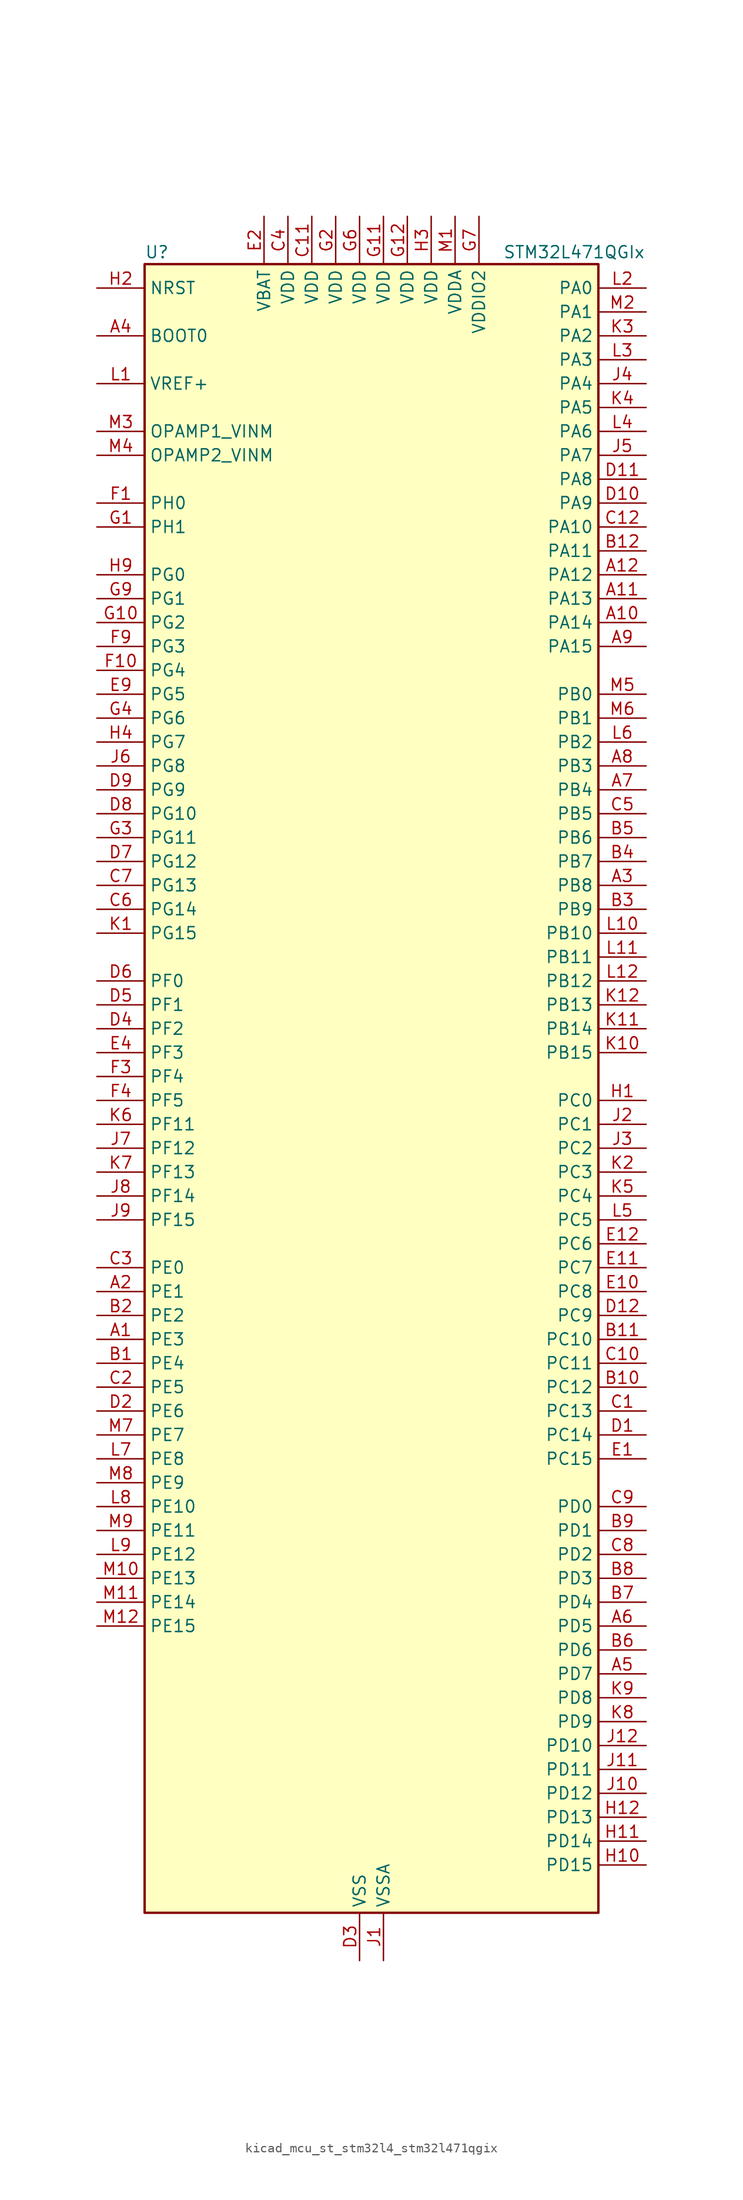
<source format=kicad_sym>
(kicad_symbol_lib
  (version 20220914)
  (generator kicad_symbol_editor)
  (symbol "kicad_mcu_st_stm32l4_stm32l471qgix"
    (property "Reference" "U"
      (at -22.86 90.17 0)
      (effects (font (size 1.27 1.27)) (justify left)))
    (property "Value" "STM32L471QGIx"
      (at 15.24 90.17 0)
      (effects (font (size 1.27 1.27)) (justify left)))
    (property "ki_locked" ""
      (at 0 0 0)
      (effects (font (size 1.27 1.27))))
    (symbol "kicad_mcu_st_stm32l4_stm32l471qgix_0_1"
      (rectangle (start -22.86 -86.36) (end 25.4 88.9) (stroke (width 0.254) (type default)) (fill (type background))))
    (symbol "kicad_mcu_st_stm32l4_stm32l471qgix_1_1"
      (pin bidirectional line (at -27.94 -25.4 0) (length 5.08) (name "PE3" (effects (font (size 1.27 1.27)))) (number "A1" (effects (font (size 1.27 1.27)))) (alternate "FMC_A19" bidirectional line) (alternate "SAI1_SD_B" bidirectional line) (alternate "SYS_TRACED0" bidirectional line) (alternate "TIM3_CH1" bidirectional line) (alternate "TSC_G7_IO2" bidirectional line))
      (pin bidirectional line (at 30.48 50.8 180) (length 5.08) (name "PA14" (effects (font (size 1.27 1.27)))) (number "A10" (effects (font (size 1.27 1.27)))) (alternate "SYS_JTCK-SWCLK" bidirectional line))
      (pin bidirectional line (at 30.48 53.34 180) (length 5.08) (name "PA13" (effects (font (size 1.27 1.27)))) (number "A11" (effects (font (size 1.27 1.27)))) (alternate "IR_OUT" bidirectional line) (alternate "SYS_JTMS-SWDIO" bidirectional line))
      (pin bidirectional line (at 30.48 55.88 180) (length 5.08) (name "PA12" (effects (font (size 1.27 1.27)))) (number "A12" (effects (font (size 1.27 1.27)))) (alternate "CAN1_TX" bidirectional line) (alternate "TIM1_ETR" bidirectional line) (alternate "USART1_DE" bidirectional line) (alternate "USART1_RTS" bidirectional line))
      (pin bidirectional line (at -27.94 -20.32 0) (length 5.08) (name "PE1" (effects (font (size 1.27 1.27)))) (number "A2" (effects (font (size 1.27 1.27)))) (alternate "FMC_NBL1" bidirectional line) (alternate "TIM17_CH1" bidirectional line))
      (pin bidirectional line (at 30.48 22.86 180) (length 5.08) (name "PB8" (effects (font (size 1.27 1.27)))) (number "A3" (effects (font (size 1.27 1.27)))) (alternate "CAN1_RX" bidirectional line) (alternate "DFSDM1_DATIN6" bidirectional line) (alternate "I2C1_SCL" bidirectional line) (alternate "SAI1_MCLK_A" bidirectional line) (alternate "SDMMC1_D4" bidirectional line) (alternate "TIM16_CH1" bidirectional line) (alternate "TIM4_CH3" bidirectional line))
      (pin input line (at -27.94 81.28 0) (length 5.08) (name "BOOT0" (effects (font (size 1.27 1.27)))) (number "A4" (effects (font (size 1.27 1.27)))))
      (pin bidirectional line (at 30.48 -60.96 180) (length 5.08) (name "PD7" (effects (font (size 1.27 1.27)))) (number "A5" (effects (font (size 1.27 1.27)))) (alternate "DFSDM1_CKIN1" bidirectional line) (alternate "FMC_NE1" bidirectional line) (alternate "USART2_CK" bidirectional line))
      (pin bidirectional line (at 30.48 -55.88 180) (length 5.08) (name "PD5" (effects (font (size 1.27 1.27)))) (number "A6" (effects (font (size 1.27 1.27)))) (alternate "FMC_NWE" bidirectional line) (alternate "USART2_TX" bidirectional line))
      (pin bidirectional line (at 30.48 33.02 180) (length 5.08) (name "PB4" (effects (font (size 1.27 1.27)))) (number "A7" (effects (font (size 1.27 1.27)))) (alternate "COMP2_INP" bidirectional line) (alternate "SAI1_MCLK_B" bidirectional line) (alternate "SPI1_MISO" bidirectional line) (alternate "SPI3_MISO" bidirectional line) (alternate "SYS_JTRST" bidirectional line) (alternate "TIM17_BKIN" bidirectional line) (alternate "TIM3_CH1" bidirectional line) (alternate "TSC_G2_IO1" bidirectional line) (alternate "UART5_DE" bidirectional line) (alternate "UART5_RTS" bidirectional line) (alternate "USART1_CTS" bidirectional line))
      (pin bidirectional line (at 30.48 35.56 180) (length 5.08) (name "PB3" (effects (font (size 1.27 1.27)))) (number "A8" (effects (font (size 1.27 1.27)))) (alternate "COMP2_INM" bidirectional line) (alternate "SAI1_SCK_B" bidirectional line) (alternate "SPI1_SCK" bidirectional line) (alternate "SPI3_SCK" bidirectional line) (alternate "SYS_JTDO-SWO" bidirectional line) (alternate "TIM2_CH2" bidirectional line) (alternate "USART1_DE" bidirectional line) (alternate "USART1_RTS" bidirectional line))
      (pin bidirectional line (at 30.48 48.26 180) (length 5.08) (name "PA15" (effects (font (size 1.27 1.27)))) (number "A9" (effects (font (size 1.27 1.27)))) (alternate "ADC1_EXTI15" bidirectional line) (alternate "ADC2_EXTI15" bidirectional line) (alternate "ADC3_EXTI15" bidirectional line) (alternate "SAI2_FS_B" bidirectional line) (alternate "SPI1_NSS" bidirectional line) (alternate "SPI3_NSS" bidirectional line) (alternate "SYS_JTDI" bidirectional line) (alternate "TIM2_CH1" bidirectional line) (alternate "TIM2_ETR" bidirectional line) (alternate "TSC_G3_IO1" bidirectional line) (alternate "UART4_DE" bidirectional line) (alternate "UART4_RTS" bidirectional line))
      (pin bidirectional line (at -27.94 -27.94 0) (length 5.08) (name "PE4" (effects (font (size 1.27 1.27)))) (number "B1" (effects (font (size 1.27 1.27)))) (alternate "DFSDM1_DATIN3" bidirectional line) (alternate "FMC_A20" bidirectional line) (alternate "SAI1_FS_A" bidirectional line) (alternate "SYS_TRACED1" bidirectional line) (alternate "TIM3_CH2" bidirectional line) (alternate "TSC_G7_IO3" bidirectional line))
      (pin bidirectional line (at 30.48 -30.48 180) (length 5.08) (name "PC12" (effects (font (size 1.27 1.27)))) (number "B10" (effects (font (size 1.27 1.27)))) (alternate "SAI2_SD_B" bidirectional line) (alternate "SDMMC1_CK" bidirectional line) (alternate "SPI3_MOSI" bidirectional line) (alternate "TSC_G3_IO4" bidirectional line) (alternate "UART5_TX" bidirectional line) (alternate "USART3_CK" bidirectional line))
      (pin bidirectional line (at 30.48 -25.4 180) (length 5.08) (name "PC10" (effects (font (size 1.27 1.27)))) (number "B11" (effects (font (size 1.27 1.27)))) (alternate "SAI2_SCK_B" bidirectional line) (alternate "SDMMC1_D2" bidirectional line) (alternate "SPI3_SCK" bidirectional line) (alternate "TSC_G3_IO2" bidirectional line) (alternate "UART4_TX" bidirectional line) (alternate "USART3_TX" bidirectional line))
      (pin bidirectional line (at 30.48 58.42 180) (length 5.08) (name "PA11" (effects (font (size 1.27 1.27)))) (number "B12" (effects (font (size 1.27 1.27)))) (alternate "ADC1_EXTI11" bidirectional line) (alternate "ADC2_EXTI11" bidirectional line) (alternate "ADC3_EXTI11" bidirectional line) (alternate "CAN1_RX" bidirectional line) (alternate "TIM1_BKIN2" bidirectional line) (alternate "TIM1_BKIN2_COMP1" bidirectional line) (alternate "TIM1_CH4" bidirectional line) (alternate "USART1_CTS" bidirectional line))
      (pin bidirectional line (at -27.94 -22.86 0) (length 5.08) (name "PE2" (effects (font (size 1.27 1.27)))) (number "B2" (effects (font (size 1.27 1.27)))) (alternate "FMC_A23" bidirectional line) (alternate "SAI1_MCLK_A" bidirectional line) (alternate "SYS_TRACECLK" bidirectional line) (alternate "TIM3_ETR" bidirectional line) (alternate "TSC_G7_IO1" bidirectional line))
      (pin bidirectional line (at 30.48 20.32 180) (length 5.08) (name "PB9" (effects (font (size 1.27 1.27)))) (number "B3" (effects (font (size 1.27 1.27)))) (alternate "CAN1_TX" bidirectional line) (alternate "DAC1_EXTI9" bidirectional line) (alternate "DFSDM1_CKIN6" bidirectional line) (alternate "I2C1_SDA" bidirectional line) (alternate "IR_OUT" bidirectional line) (alternate "SAI1_FS_A" bidirectional line) (alternate "SDMMC1_D5" bidirectional line) (alternate "SPI2_NSS" bidirectional line) (alternate "TIM17_CH1" bidirectional line) (alternate "TIM4_CH4" bidirectional line))
      (pin bidirectional line (at 30.48 25.4 180) (length 5.08) (name "PB7" (effects (font (size 1.27 1.27)))) (number "B4" (effects (font (size 1.27 1.27)))) (alternate "COMP2_INM" bidirectional line) (alternate "DFSDM1_CKIN5" bidirectional line) (alternate "FMC_NL" bidirectional line) (alternate "I2C1_SDA" bidirectional line) (alternate "LPTIM1_IN2" bidirectional line) (alternate "SYS_PVD_IN" bidirectional line) (alternate "TIM17_CH1N" bidirectional line) (alternate "TIM4_CH2" bidirectional line) (alternate "TIM8_BKIN" bidirectional line) (alternate "TIM8_BKIN_COMP1" bidirectional line) (alternate "TSC_G2_IO4" bidirectional line) (alternate "UART4_CTS" bidirectional line) (alternate "USART1_RX" bidirectional line))
      (pin bidirectional line (at 30.48 27.94 180) (length 5.08) (name "PB6" (effects (font (size 1.27 1.27)))) (number "B5" (effects (font (size 1.27 1.27)))) (alternate "COMP2_INP" bidirectional line) (alternate "DFSDM1_DATIN5" bidirectional line) (alternate "I2C1_SCL" bidirectional line) (alternate "LPTIM1_ETR" bidirectional line) (alternate "SAI1_FS_B" bidirectional line) (alternate "TIM16_CH1N" bidirectional line) (alternate "TIM4_CH1" bidirectional line) (alternate "TIM8_BKIN2" bidirectional line) (alternate "TIM8_BKIN2_COMP2" bidirectional line) (alternate "TSC_G2_IO3" bidirectional line) (alternate "USART1_TX" bidirectional line))
      (pin bidirectional line (at 30.48 -58.42 180) (length 5.08) (name "PD6" (effects (font (size 1.27 1.27)))) (number "B6" (effects (font (size 1.27 1.27)))) (alternate "DFSDM1_DATIN1" bidirectional line) (alternate "FMC_NWAIT" bidirectional line) (alternate "SAI1_SD_A" bidirectional line) (alternate "USART2_RX" bidirectional line))
      (pin bidirectional line (at 30.48 -53.34 180) (length 5.08) (name "PD4" (effects (font (size 1.27 1.27)))) (number "B7" (effects (font (size 1.27 1.27)))) (alternate "DFSDM1_CKIN0" bidirectional line) (alternate "FMC_NOE" bidirectional line) (alternate "SPI2_MOSI" bidirectional line) (alternate "USART2_DE" bidirectional line) (alternate "USART2_RTS" bidirectional line))
      (pin bidirectional line (at 30.48 -50.8 180) (length 5.08) (name "PD3" (effects (font (size 1.27 1.27)))) (number "B8" (effects (font (size 1.27 1.27)))) (alternate "DFSDM1_DATIN0" bidirectional line) (alternate "FMC_CLK" bidirectional line) (alternate "SPI2_MISO" bidirectional line) (alternate "USART2_CTS" bidirectional line))
      (pin bidirectional line (at 30.48 -45.72 180) (length 5.08) (name "PD1" (effects (font (size 1.27 1.27)))) (number "B9" (effects (font (size 1.27 1.27)))) (alternate "CAN1_TX" bidirectional line) (alternate "DFSDM1_CKIN7" bidirectional line) (alternate "FMC_D3" bidirectional line) (alternate "FMC_DA3" bidirectional line) (alternate "SPI2_SCK" bidirectional line))
      (pin bidirectional line (at 30.48 -33.02 180) (length 5.08) (name "PC13" (effects (font (size 1.27 1.27)))) (number "C1" (effects (font (size 1.27 1.27)))) (alternate "RTC_OUT_ALARM" bidirectional line) (alternate "RTC_OUT_CALIB" bidirectional line) (alternate "RTC_TAMP1" bidirectional line) (alternate "RTC_TS" bidirectional line) (alternate "SYS_WKUP2" bidirectional line))
      (pin bidirectional line (at 30.48 -27.94 180) (length 5.08) (name "PC11" (effects (font (size 1.27 1.27)))) (number "C10" (effects (font (size 1.27 1.27)))) (alternate "ADC1_EXTI11" bidirectional line) (alternate "ADC2_EXTI11" bidirectional line) (alternate "ADC3_EXTI11" bidirectional line) (alternate "SAI2_MCLK_B" bidirectional line) (alternate "SDMMC1_D3" bidirectional line) (alternate "SPI3_MISO" bidirectional line) (alternate "TSC_G3_IO3" bidirectional line) (alternate "UART4_RX" bidirectional line) (alternate "USART3_RX" bidirectional line))
      (pin power_in line (at -5.08 93.98 270) (length 5.08) (name "VDD" (effects (font (size 1.27 1.27)))) (number "C11" (effects (font (size 1.27 1.27)))))
      (pin bidirectional line (at 30.48 60.96 180) (length 5.08) (name "PA10" (effects (font (size 1.27 1.27)))) (number "C12" (effects (font (size 1.27 1.27)))) (alternate "TIM17_BKIN" bidirectional line) (alternate "TIM1_CH3" bidirectional line) (alternate "USART1_RX" bidirectional line))
      (pin bidirectional line (at -27.94 -30.48 0) (length 5.08) (name "PE5" (effects (font (size 1.27 1.27)))) (number "C2" (effects (font (size 1.27 1.27)))) (alternate "DFSDM1_CKIN3" bidirectional line) (alternate "FMC_A21" bidirectional line) (alternate "SAI1_SCK_A" bidirectional line) (alternate "SYS_TRACED2" bidirectional line) (alternate "TIM3_CH3" bidirectional line) (alternate "TSC_G7_IO4" bidirectional line))
      (pin bidirectional line (at -27.94 -17.78 0) (length 5.08) (name "PE0" (effects (font (size 1.27 1.27)))) (number "C3" (effects (font (size 1.27 1.27)))) (alternate "FMC_NBL0" bidirectional line) (alternate "TIM16_CH1" bidirectional line) (alternate "TIM4_ETR" bidirectional line))
      (pin power_in line (at -7.62 93.98 270) (length 5.08) (name "VDD" (effects (font (size 1.27 1.27)))) (number "C4" (effects (font (size 1.27 1.27)))))
      (pin bidirectional line (at 30.48 30.48 180) (length 5.08) (name "PB5" (effects (font (size 1.27 1.27)))) (number "C5" (effects (font (size 1.27 1.27)))) (alternate "COMP2_OUT" bidirectional line) (alternate "I2C1_SMBA" bidirectional line) (alternate "LPTIM1_IN1" bidirectional line) (alternate "SAI1_SD_B" bidirectional line) (alternate "SPI1_MOSI" bidirectional line) (alternate "SPI3_MOSI" bidirectional line) (alternate "TIM16_BKIN" bidirectional line) (alternate "TIM3_CH2" bidirectional line) (alternate "TSC_G2_IO2" bidirectional line) (alternate "UART5_CTS" bidirectional line) (alternate "USART1_CK" bidirectional line))
      (pin bidirectional line (at -27.94 20.32 0) (length 5.08) (name "PG14" (effects (font (size 1.27 1.27)))) (number "C6" (effects (font (size 1.27 1.27)))) (alternate "FMC_A25" bidirectional line) (alternate "I2C1_SCL" bidirectional line))
      (pin bidirectional line (at -27.94 22.86 0) (length 5.08) (name "PG13" (effects (font (size 1.27 1.27)))) (number "C7" (effects (font (size 1.27 1.27)))) (alternate "FMC_A24" bidirectional line) (alternate "I2C1_SDA" bidirectional line) (alternate "USART1_CK" bidirectional line))
      (pin bidirectional line (at 30.48 -48.26 180) (length 5.08) (name "PD2" (effects (font (size 1.27 1.27)))) (number "C8" (effects (font (size 1.27 1.27)))) (alternate "SDMMC1_CMD" bidirectional line) (alternate "TIM3_ETR" bidirectional line) (alternate "TSC_SYNC" bidirectional line) (alternate "UART5_RX" bidirectional line) (alternate "USART3_DE" bidirectional line) (alternate "USART3_RTS" bidirectional line))
      (pin bidirectional line (at 30.48 -43.18 180) (length 5.08) (name "PD0" (effects (font (size 1.27 1.27)))) (number "C9" (effects (font (size 1.27 1.27)))) (alternate "CAN1_RX" bidirectional line) (alternate "DFSDM1_DATIN7" bidirectional line) (alternate "FMC_D2" bidirectional line) (alternate "FMC_DA2" bidirectional line) (alternate "SPI2_NSS" bidirectional line))
      (pin bidirectional line (at 30.48 -35.56 180) (length 5.08) (name "PC14" (effects (font (size 1.27 1.27)))) (number "D1" (effects (font (size 1.27 1.27)))) (alternate "RCC_OSC32_IN" bidirectional line))
      (pin bidirectional line (at 30.48 63.5 180) (length 5.08) (name "PA9" (effects (font (size 1.27 1.27)))) (number "D10" (effects (font (size 1.27 1.27)))) (alternate "DAC1_EXTI9" bidirectional line) (alternate "TIM15_BKIN" bidirectional line) (alternate "TIM1_CH2" bidirectional line) (alternate "USART1_TX" bidirectional line))
      (pin bidirectional line (at 30.48 66.04 180) (length 5.08) (name "PA8" (effects (font (size 1.27 1.27)))) (number "D11" (effects (font (size 1.27 1.27)))) (alternate "LPTIM2_OUT" bidirectional line) (alternate "RCC_MCO" bidirectional line) (alternate "TIM1_CH1" bidirectional line) (alternate "USART1_CK" bidirectional line))
      (pin bidirectional line (at 30.48 -22.86 180) (length 5.08) (name "PC9" (effects (font (size 1.27 1.27)))) (number "D12" (effects (font (size 1.27 1.27)))) (alternate "DAC1_EXTI9" bidirectional line) (alternate "SAI2_EXTCLK" bidirectional line) (alternate "SDMMC1_D1" bidirectional line) (alternate "TIM3_CH4" bidirectional line) (alternate "TIM8_BKIN2" bidirectional line) (alternate "TIM8_BKIN2_COMP1" bidirectional line) (alternate "TIM8_CH4" bidirectional line) (alternate "TSC_G4_IO4" bidirectional line))
      (pin bidirectional line (at -27.94 -33.02 0) (length 5.08) (name "PE6" (effects (font (size 1.27 1.27)))) (number "D2" (effects (font (size 1.27 1.27)))) (alternate "FMC_A22" bidirectional line) (alternate "RTC_TAMP3" bidirectional line) (alternate "SAI1_SD_A" bidirectional line) (alternate "SYS_TRACED3" bidirectional line) (alternate "SYS_WKUP3" bidirectional line) (alternate "TIM3_CH4" bidirectional line))
      (pin power_in line (at 0 -91.44 90) (length 5.08) (name "VSS" (effects (font (size 1.27 1.27)))) (number "D3" (effects (font (size 1.27 1.27)))))
      (pin bidirectional line (at -27.94 7.62 0) (length 5.08) (name "PF2" (effects (font (size 1.27 1.27)))) (number "D4" (effects (font (size 1.27 1.27)))) (alternate "FMC_A2" bidirectional line) (alternate "I2C2_SMBA" bidirectional line))
      (pin bidirectional line (at -27.94 10.16 0) (length 5.08) (name "PF1" (effects (font (size 1.27 1.27)))) (number "D5" (effects (font (size 1.27 1.27)))) (alternate "FMC_A1" bidirectional line) (alternate "I2C2_SCL" bidirectional line))
      (pin bidirectional line (at -27.94 12.7 0) (length 5.08) (name "PF0" (effects (font (size 1.27 1.27)))) (number "D6" (effects (font (size 1.27 1.27)))) (alternate "FMC_A0" bidirectional line) (alternate "I2C2_SDA" bidirectional line))
      (pin bidirectional line (at -27.94 25.4 0) (length 5.08) (name "PG12" (effects (font (size 1.27 1.27)))) (number "D7" (effects (font (size 1.27 1.27)))) (alternate "FMC_NE4" bidirectional line) (alternate "LPTIM1_ETR" bidirectional line) (alternate "SAI2_SD_A" bidirectional line) (alternate "SPI3_NSS" bidirectional line) (alternate "USART1_DE" bidirectional line) (alternate "USART1_RTS" bidirectional line))
      (pin bidirectional line (at -27.94 30.48 0) (length 5.08) (name "PG10" (effects (font (size 1.27 1.27)))) (number "D8" (effects (font (size 1.27 1.27)))) (alternate "FMC_NE3" bidirectional line) (alternate "LPTIM1_IN1" bidirectional line) (alternate "SAI2_FS_A" bidirectional line) (alternate "SPI3_MISO" bidirectional line) (alternate "TIM15_CH1" bidirectional line) (alternate "USART1_RX" bidirectional line))
      (pin bidirectional line (at -27.94 33.02 0) (length 5.08) (name "PG9" (effects (font (size 1.27 1.27)))) (number "D9" (effects (font (size 1.27 1.27)))) (alternate "DAC1_EXTI9" bidirectional line) (alternate "FMC_NCE3" bidirectional line) (alternate "FMC_NE2" bidirectional line) (alternate "SAI2_SCK_A" bidirectional line) (alternate "SPI3_SCK" bidirectional line) (alternate "TIM15_CH1N" bidirectional line) (alternate "USART1_TX" bidirectional line))
      (pin bidirectional line (at 30.48 -38.1 180) (length 5.08) (name "PC15" (effects (font (size 1.27 1.27)))) (number "E1" (effects (font (size 1.27 1.27)))) (alternate "ADC1_EXTI15" bidirectional line) (alternate "ADC2_EXTI15" bidirectional line) (alternate "ADC3_EXTI15" bidirectional line) (alternate "RCC_OSC32_OUT" bidirectional line))
      (pin bidirectional line (at 30.48 -20.32 180) (length 5.08) (name "PC8" (effects (font (size 1.27 1.27)))) (number "E10" (effects (font (size 1.27 1.27)))) (alternate "SDMMC1_D0" bidirectional line) (alternate "TIM3_CH3" bidirectional line) (alternate "TIM8_CH3" bidirectional line) (alternate "TSC_G4_IO3" bidirectional line))
      (pin bidirectional line (at 30.48 -17.78 180) (length 5.08) (name "PC7" (effects (font (size 1.27 1.27)))) (number "E11" (effects (font (size 1.27 1.27)))) (alternate "DFSDM1_DATIN3" bidirectional line) (alternate "SAI2_MCLK_B" bidirectional line) (alternate "SDMMC1_D7" bidirectional line) (alternate "TIM3_CH2" bidirectional line) (alternate "TIM8_CH2" bidirectional line) (alternate "TSC_G4_IO2" bidirectional line))
      (pin bidirectional line (at 30.48 -15.24 180) (length 5.08) (name "PC6" (effects (font (size 1.27 1.27)))) (number "E12" (effects (font (size 1.27 1.27)))) (alternate "DFSDM1_CKIN3" bidirectional line) (alternate "SAI2_MCLK_A" bidirectional line) (alternate "SDMMC1_D6" bidirectional line) (alternate "TIM3_CH1" bidirectional line) (alternate "TIM8_CH1" bidirectional line) (alternate "TSC_G4_IO1" bidirectional line))
      (pin power_in line (at -10.16 93.98 270) (length 5.08) (name "VBAT" (effects (font (size 1.27 1.27)))) (number "E2" (effects (font (size 1.27 1.27)))))
      (pin passive line (at 0 -91.44 90) (length 5.08) hide (name "VSS" (effects (font (size 1.27 1.27)))) (number "E3" (effects (font (size 1.27 1.27)))))
      (pin bidirectional line (at -27.94 5.08 0) (length 5.08) (name "PF3" (effects (font (size 1.27 1.27)))) (number "E4" (effects (font (size 1.27 1.27)))) (alternate "ADC3_IN6" bidirectional line) (alternate "FMC_A3" bidirectional line))
      (pin bidirectional line (at -27.94 43.18 0) (length 5.08) (name "PG5" (effects (font (size 1.27 1.27)))) (number "E9" (effects (font (size 1.27 1.27)))) (alternate "FMC_A15" bidirectional line) (alternate "LPUART1_CTS" bidirectional line) (alternate "SAI2_SD_B" bidirectional line) (alternate "SPI1_NSS" bidirectional line))
      (pin bidirectional line (at -27.94 63.5 0) (length 5.08) (name "PH0" (effects (font (size 1.27 1.27)))) (number "F1" (effects (font (size 1.27 1.27)))) (alternate "RCC_OSC_IN" bidirectional line))
      (pin bidirectional line (at -27.94 45.72 0) (length 5.08) (name "PG4" (effects (font (size 1.27 1.27)))) (number "F10" (effects (font (size 1.27 1.27)))) (alternate "FMC_A14" bidirectional line) (alternate "SAI2_MCLK_B" bidirectional line) (alternate "SPI1_MOSI" bidirectional line))
      (pin passive line (at 0 -91.44 90) (length 5.08) hide (name "VSS" (effects (font (size 1.27 1.27)))) (number "F11" (effects (font (size 1.27 1.27)))))
      (pin passive line (at 0 -91.44 90) (length 5.08) hide (name "VSS" (effects (font (size 1.27 1.27)))) (number "F12" (effects (font (size 1.27 1.27)))))
      (pin passive line (at 0 -91.44 90) (length 5.08) hide (name "VSS" (effects (font (size 1.27 1.27)))) (number "F2" (effects (font (size 1.27 1.27)))))
      (pin bidirectional line (at -27.94 2.54 0) (length 5.08) (name "PF4" (effects (font (size 1.27 1.27)))) (number "F3" (effects (font (size 1.27 1.27)))) (alternate "ADC3_IN7" bidirectional line) (alternate "FMC_A4" bidirectional line))
      (pin bidirectional line (at -27.94 0 0) (length 5.08) (name "PF5" (effects (font (size 1.27 1.27)))) (number "F4" (effects (font (size 1.27 1.27)))) (alternate "ADC3_IN8" bidirectional line) (alternate "FMC_A5" bidirectional line))
      (pin passive line (at 0 -91.44 90) (length 5.08) hide (name "VSS" (effects (font (size 1.27 1.27)))) (number "F6" (effects (font (size 1.27 1.27)))))
      (pin passive line (at 0 -91.44 90) (length 5.08) hide (name "VSS" (effects (font (size 1.27 1.27)))) (number "F7" (effects (font (size 1.27 1.27)))))
      (pin bidirectional line (at -27.94 48.26 0) (length 5.08) (name "PG3" (effects (font (size 1.27 1.27)))) (number "F9" (effects (font (size 1.27 1.27)))) (alternate "FMC_A13" bidirectional line) (alternate "SAI2_FS_B" bidirectional line) (alternate "SPI1_MISO" bidirectional line))
      (pin bidirectional line (at -27.94 60.96 0) (length 5.08) (name "PH1" (effects (font (size 1.27 1.27)))) (number "G1" (effects (font (size 1.27 1.27)))) (alternate "RCC_OSC_OUT" bidirectional line))
      (pin bidirectional line (at -27.94 50.8 0) (length 5.08) (name "PG2" (effects (font (size 1.27 1.27)))) (number "G10" (effects (font (size 1.27 1.27)))) (alternate "FMC_A12" bidirectional line) (alternate "SAI2_SCK_B" bidirectional line) (alternate "SPI1_SCK" bidirectional line))
      (pin power_in line (at 2.54 93.98 270) (length 5.08) (name "VDD" (effects (font (size 1.27 1.27)))) (number "G11" (effects (font (size 1.27 1.27)))))
      (pin power_in line (at 5.08 93.98 270) (length 5.08) (name "VDD" (effects (font (size 1.27 1.27)))) (number "G12" (effects (font (size 1.27 1.27)))))
      (pin power_in line (at -2.54 93.98 270) (length 5.08) (name "VDD" (effects (font (size 1.27 1.27)))) (number "G2" (effects (font (size 1.27 1.27)))))
      (pin bidirectional line (at -27.94 27.94 0) (length 5.08) (name "PG11" (effects (font (size 1.27 1.27)))) (number "G3" (effects (font (size 1.27 1.27)))) (alternate "ADC1_EXTI11" bidirectional line) (alternate "ADC2_EXTI11" bidirectional line) (alternate "ADC3_EXTI11" bidirectional line) (alternate "LPTIM1_IN2" bidirectional line) (alternate "SAI2_MCLK_A" bidirectional line) (alternate "SPI3_MOSI" bidirectional line) (alternate "TIM15_CH2" bidirectional line) (alternate "USART1_CTS" bidirectional line))
      (pin bidirectional line (at -27.94 40.64 0) (length 5.08) (name "PG6" (effects (font (size 1.27 1.27)))) (number "G4" (effects (font (size 1.27 1.27)))) (alternate "I2C3_SMBA" bidirectional line) (alternate "LPUART1_DE" bidirectional line) (alternate "LPUART1_RTS" bidirectional line))
      (pin power_in line (at 0 93.98 270) (length 5.08) (name "VDD" (effects (font (size 1.27 1.27)))) (number "G6" (effects (font (size 1.27 1.27)))))
      (pin power_in line (at 12.7 93.98 270) (length 5.08) (name "VDDIO2" (effects (font (size 1.27 1.27)))) (number "G7" (effects (font (size 1.27 1.27)))))
      (pin bidirectional line (at -27.94 53.34 0) (length 5.08) (name "PG1" (effects (font (size 1.27 1.27)))) (number "G9" (effects (font (size 1.27 1.27)))) (alternate "FMC_A11" bidirectional line) (alternate "TSC_G8_IO4" bidirectional line))
      (pin bidirectional line (at 30.48 0 180) (length 5.08) (name "PC0" (effects (font (size 1.27 1.27)))) (number "H1" (effects (font (size 1.27 1.27)))) (alternate "ADC1_IN1" bidirectional line) (alternate "ADC2_IN1" bidirectional line) (alternate "ADC3_IN1" bidirectional line) (alternate "DFSDM1_DATIN4" bidirectional line) (alternate "I2C3_SCL" bidirectional line) (alternate "LPTIM1_IN1" bidirectional line) (alternate "LPTIM2_IN1" bidirectional line) (alternate "LPUART1_RX" bidirectional line))
      (pin bidirectional line (at 30.48 -81.28 180) (length 5.08) (name "PD15" (effects (font (size 1.27 1.27)))) (number "H10" (effects (font (size 1.27 1.27)))) (alternate "ADC1_EXTI15" bidirectional line) (alternate "ADC2_EXTI15" bidirectional line) (alternate "ADC3_EXTI15" bidirectional line) (alternate "FMC_D1" bidirectional line) (alternate "FMC_DA1" bidirectional line) (alternate "TIM4_CH4" bidirectional line))
      (pin bidirectional line (at 30.48 -78.74 180) (length 5.08) (name "PD14" (effects (font (size 1.27 1.27)))) (number "H11" (effects (font (size 1.27 1.27)))) (alternate "FMC_D0" bidirectional line) (alternate "FMC_DA0" bidirectional line) (alternate "TIM4_CH3" bidirectional line))
      (pin bidirectional line (at 30.48 -76.2 180) (length 5.08) (name "PD13" (effects (font (size 1.27 1.27)))) (number "H12" (effects (font (size 1.27 1.27)))) (alternate "FMC_A18" bidirectional line) (alternate "LPTIM2_OUT" bidirectional line) (alternate "TIM4_CH2" bidirectional line) (alternate "TSC_G6_IO4" bidirectional line))
      (pin input line (at -27.94 86.36 0) (length 5.08) (name "NRST" (effects (font (size 1.27 1.27)))) (number "H2" (effects (font (size 1.27 1.27)))))
      (pin power_in line (at 7.62 93.98 270) (length 5.08) (name "VDD" (effects (font (size 1.27 1.27)))) (number "H3" (effects (font (size 1.27 1.27)))))
      (pin bidirectional line (at -27.94 38.1 0) (length 5.08) (name "PG7" (effects (font (size 1.27 1.27)))) (number "H4" (effects (font (size 1.27 1.27)))) (alternate "FMC_INT3" bidirectional line) (alternate "I2C3_SCL" bidirectional line) (alternate "LPUART1_TX" bidirectional line))
      (pin bidirectional line (at -27.94 55.88 0) (length 5.08) (name "PG0" (effects (font (size 1.27 1.27)))) (number "H9" (effects (font (size 1.27 1.27)))) (alternate "FMC_A10" bidirectional line) (alternate "TSC_G8_IO3" bidirectional line))
      (pin power_in line (at 2.54 -91.44 90) (length 5.08) (name "VSSA" (effects (font (size 1.27 1.27)))) (number "J1" (effects (font (size 1.27 1.27)))))
      (pin bidirectional line (at 30.48 -73.66 180) (length 5.08) (name "PD12" (effects (font (size 1.27 1.27)))) (number "J10" (effects (font (size 1.27 1.27)))) (alternate "FMC_A17" bidirectional line) (alternate "FMC_ALE" bidirectional line) (alternate "LPTIM2_IN1" bidirectional line) (alternate "SAI2_FS_A" bidirectional line) (alternate "TIM4_CH1" bidirectional line) (alternate "TSC_G6_IO3" bidirectional line) (alternate "USART3_DE" bidirectional line) (alternate "USART3_RTS" bidirectional line))
      (pin bidirectional line (at 30.48 -71.12 180) (length 5.08) (name "PD11" (effects (font (size 1.27 1.27)))) (number "J11" (effects (font (size 1.27 1.27)))) (alternate "ADC1_EXTI11" bidirectional line) (alternate "ADC2_EXTI11" bidirectional line) (alternate "ADC3_EXTI11" bidirectional line) (alternate "FMC_A16" bidirectional line) (alternate "FMC_CLE" bidirectional line) (alternate "LPTIM2_ETR" bidirectional line) (alternate "SAI2_SD_A" bidirectional line) (alternate "TSC_G6_IO2" bidirectional line) (alternate "USART3_CTS" bidirectional line))
      (pin bidirectional line (at 30.48 -68.58 180) (length 5.08) (name "PD10" (effects (font (size 1.27 1.27)))) (number "J12" (effects (font (size 1.27 1.27)))) (alternate "FMC_D15" bidirectional line) (alternate "FMC_DA15" bidirectional line) (alternate "SAI2_SCK_A" bidirectional line) (alternate "TSC_G6_IO1" bidirectional line) (alternate "USART3_CK" bidirectional line))
      (pin bidirectional line (at 30.48 -2.54 180) (length 5.08) (name "PC1" (effects (font (size 1.27 1.27)))) (number "J2" (effects (font (size 1.27 1.27)))) (alternate "ADC1_IN2" bidirectional line) (alternate "ADC2_IN2" bidirectional line) (alternate "ADC3_IN2" bidirectional line) (alternate "DFSDM1_CKIN4" bidirectional line) (alternate "I2C3_SDA" bidirectional line) (alternate "LPTIM1_OUT" bidirectional line) (alternate "LPUART1_TX" bidirectional line))
      (pin bidirectional line (at 30.48 -5.08 180) (length 5.08) (name "PC2" (effects (font (size 1.27 1.27)))) (number "J3" (effects (font (size 1.27 1.27)))) (alternate "ADC1_IN3" bidirectional line) (alternate "ADC2_IN3" bidirectional line) (alternate "ADC3_IN3" bidirectional line) (alternate "DFSDM1_CKOUT" bidirectional line) (alternate "LPTIM1_IN2" bidirectional line) (alternate "SPI2_MISO" bidirectional line))
      (pin bidirectional line (at 30.48 76.2 180) (length 5.08) (name "PA4" (effects (font (size 1.27 1.27)))) (number "J4" (effects (font (size 1.27 1.27)))) (alternate "ADC1_IN9" bidirectional line) (alternate "ADC2_IN9" bidirectional line) (alternate "DAC1_OUT1" bidirectional line) (alternate "LPTIM2_OUT" bidirectional line) (alternate "SAI1_FS_B" bidirectional line) (alternate "SPI1_NSS" bidirectional line) (alternate "SPI3_NSS" bidirectional line) (alternate "USART2_CK" bidirectional line))
      (pin bidirectional line (at 30.48 68.58 180) (length 5.08) (name "PA7" (effects (font (size 1.27 1.27)))) (number "J5" (effects (font (size 1.27 1.27)))) (alternate "ADC1_IN12" bidirectional line) (alternate "ADC2_IN12" bidirectional line) (alternate "OPAMP2_VINM" bidirectional line) (alternate "QUADSPI_BK1_IO2" bidirectional line) (alternate "SPI1_MOSI" bidirectional line) (alternate "TIM17_CH1" bidirectional line) (alternate "TIM1_CH1N" bidirectional line) (alternate "TIM3_CH2" bidirectional line) (alternate "TIM8_CH1N" bidirectional line))
      (pin bidirectional line (at -27.94 35.56 0) (length 5.08) (name "PG8" (effects (font (size 1.27 1.27)))) (number "J6" (effects (font (size 1.27 1.27)))) (alternate "I2C3_SDA" bidirectional line) (alternate "LPUART1_RX" bidirectional line))
      (pin bidirectional line (at -27.94 -5.08 0) (length 5.08) (name "PF12" (effects (font (size 1.27 1.27)))) (number "J7" (effects (font (size 1.27 1.27)))) (alternate "FMC_A6" bidirectional line))
      (pin bidirectional line (at -27.94 -10.16 0) (length 5.08) (name "PF14" (effects (font (size 1.27 1.27)))) (number "J8" (effects (font (size 1.27 1.27)))) (alternate "DFSDM1_CKIN6" bidirectional line) (alternate "FMC_A8" bidirectional line) (alternate "TSC_G8_IO1" bidirectional line))
      (pin bidirectional line (at -27.94 -12.7 0) (length 5.08) (name "PF15" (effects (font (size 1.27 1.27)))) (number "J9" (effects (font (size 1.27 1.27)))) (alternate "ADC1_EXTI15" bidirectional line) (alternate "ADC2_EXTI15" bidirectional line) (alternate "ADC3_EXTI15" bidirectional line) (alternate "FMC_A9" bidirectional line) (alternate "TSC_G8_IO2" bidirectional line))
      (pin bidirectional line (at -27.94 17.78 0) (length 5.08) (name "PG15" (effects (font (size 1.27 1.27)))) (number "K1" (effects (font (size 1.27 1.27)))) (alternate "ADC1_EXTI15" bidirectional line) (alternate "ADC2_EXTI15" bidirectional line) (alternate "ADC3_EXTI15" bidirectional line) (alternate "I2C1_SMBA" bidirectional line) (alternate "LPTIM1_OUT" bidirectional line))
      (pin bidirectional line (at 30.48 5.08 180) (length 5.08) (name "PB15" (effects (font (size 1.27 1.27)))) (number "K10" (effects (font (size 1.27 1.27)))) (alternate "ADC1_EXTI15" bidirectional line) (alternate "ADC2_EXTI15" bidirectional line) (alternate "ADC3_EXTI15" bidirectional line) (alternate "DFSDM1_CKIN2" bidirectional line) (alternate "RTC_REFIN" bidirectional line) (alternate "SAI2_SD_A" bidirectional line) (alternate "SPI2_MOSI" bidirectional line) (alternate "SWPMI1_SUSPEND" bidirectional line) (alternate "TIM15_CH2" bidirectional line) (alternate "TIM1_CH3N" bidirectional line) (alternate "TIM8_CH3N" bidirectional line) (alternate "TSC_G1_IO4" bidirectional line))
      (pin bidirectional line (at 30.48 7.62 180) (length 5.08) (name "PB14" (effects (font (size 1.27 1.27)))) (number "K11" (effects (font (size 1.27 1.27)))) (alternate "DFSDM1_DATIN2" bidirectional line) (alternate "I2C2_SDA" bidirectional line) (alternate "SAI2_MCLK_A" bidirectional line) (alternate "SPI2_MISO" bidirectional line) (alternate "SWPMI1_RX" bidirectional line) (alternate "TIM15_CH1" bidirectional line) (alternate "TIM1_CH2N" bidirectional line) (alternate "TIM8_CH2N" bidirectional line) (alternate "TSC_G1_IO3" bidirectional line) (alternate "USART3_DE" bidirectional line) (alternate "USART3_RTS" bidirectional line))
      (pin bidirectional line (at 30.48 10.16 180) (length 5.08) (name "PB13" (effects (font (size 1.27 1.27)))) (number "K12" (effects (font (size 1.27 1.27)))) (alternate "DFSDM1_CKIN1" bidirectional line) (alternate "I2C2_SCL" bidirectional line) (alternate "LPUART1_CTS" bidirectional line) (alternate "SAI2_SCK_A" bidirectional line) (alternate "SPI2_SCK" bidirectional line) (alternate "SWPMI1_TX" bidirectional line) (alternate "TIM15_CH1N" bidirectional line) (alternate "TIM1_CH1N" bidirectional line) (alternate "TSC_G1_IO2" bidirectional line) (alternate "USART3_CTS" bidirectional line))
      (pin bidirectional line (at 30.48 -7.62 180) (length 5.08) (name "PC3" (effects (font (size 1.27 1.27)))) (number "K2" (effects (font (size 1.27 1.27)))) (alternate "ADC1_IN4" bidirectional line) (alternate "ADC2_IN4" bidirectional line) (alternate "ADC3_IN4" bidirectional line) (alternate "LPTIM1_ETR" bidirectional line) (alternate "LPTIM2_ETR" bidirectional line) (alternate "SAI1_SD_A" bidirectional line) (alternate "SPI2_MOSI" bidirectional line))
      (pin bidirectional line (at 30.48 81.28 180) (length 5.08) (name "PA2" (effects (font (size 1.27 1.27)))) (number "K3" (effects (font (size 1.27 1.27)))) (alternate "ADC1_IN7" bidirectional line) (alternate "ADC2_IN7" bidirectional line) (alternate "RCC_LSCO" bidirectional line) (alternate "SAI2_EXTCLK" bidirectional line) (alternate "SYS_WKUP4" bidirectional line) (alternate "TIM15_CH1" bidirectional line) (alternate "TIM2_CH3" bidirectional line) (alternate "TIM5_CH3" bidirectional line) (alternate "USART2_TX" bidirectional line))
      (pin bidirectional line (at 30.48 73.66 180) (length 5.08) (name "PA5" (effects (font (size 1.27 1.27)))) (number "K4" (effects (font (size 1.27 1.27)))) (alternate "ADC1_IN10" bidirectional line) (alternate "ADC2_IN10" bidirectional line) (alternate "DAC1_OUT2" bidirectional line) (alternate "LPTIM2_ETR" bidirectional line) (alternate "SPI1_SCK" bidirectional line) (alternate "TIM2_CH1" bidirectional line) (alternate "TIM2_ETR" bidirectional line) (alternate "TIM8_CH1N" bidirectional line))
      (pin bidirectional line (at 30.48 -10.16 180) (length 5.08) (name "PC4" (effects (font (size 1.27 1.27)))) (number "K5" (effects (font (size 1.27 1.27)))) (alternate "ADC1_IN13" bidirectional line) (alternate "ADC2_IN13" bidirectional line) (alternate "COMP1_INM" bidirectional line) (alternate "USART3_TX" bidirectional line))
      (pin bidirectional line (at -27.94 -2.54 0) (length 5.08) (name "PF11" (effects (font (size 1.27 1.27)))) (number "K6" (effects (font (size 1.27 1.27)))) (alternate "ADC1_EXTI11" bidirectional line) (alternate "ADC2_EXTI11" bidirectional line) (alternate "ADC3_EXTI11" bidirectional line))
      (pin bidirectional line (at -27.94 -7.62 0) (length 5.08) (name "PF13" (effects (font (size 1.27 1.27)))) (number "K7" (effects (font (size 1.27 1.27)))) (alternate "DFSDM1_DATIN6" bidirectional line) (alternate "FMC_A7" bidirectional line))
      (pin bidirectional line (at 30.48 -66.04 180) (length 5.08) (name "PD9" (effects (font (size 1.27 1.27)))) (number "K8" (effects (font (size 1.27 1.27)))) (alternate "DAC1_EXTI9" bidirectional line) (alternate "FMC_D14" bidirectional line) (alternate "FMC_DA14" bidirectional line) (alternate "SAI2_MCLK_A" bidirectional line) (alternate "USART3_RX" bidirectional line))
      (pin bidirectional line (at 30.48 -63.5 180) (length 5.08) (name "PD8" (effects (font (size 1.27 1.27)))) (number "K9" (effects (font (size 1.27 1.27)))) (alternate "FMC_D13" bidirectional line) (alternate "FMC_DA13" bidirectional line) (alternate "USART3_TX" bidirectional line))
      (pin input line (at -27.94 76.2 0) (length 5.08) (name "VREF+" (effects (font (size 1.27 1.27)))) (number "L1" (effects (font (size 1.27 1.27)))) (alternate "VREFBUF_OUT" bidirectional line))
      (pin bidirectional line (at 30.48 17.78 180) (length 5.08) (name "PB10" (effects (font (size 1.27 1.27)))) (number "L10" (effects (font (size 1.27 1.27)))) (alternate "COMP1_OUT" bidirectional line) (alternate "DFSDM1_DATIN7" bidirectional line) (alternate "I2C2_SCL" bidirectional line) (alternate "LPUART1_RX" bidirectional line) (alternate "QUADSPI_CLK" bidirectional line) (alternate "SAI1_SCK_A" bidirectional line) (alternate "SPI2_SCK" bidirectional line) (alternate "TIM2_CH3" bidirectional line) (alternate "USART3_TX" bidirectional line))
      (pin bidirectional line (at 30.48 15.24 180) (length 5.08) (name "PB11" (effects (font (size 1.27 1.27)))) (number "L11" (effects (font (size 1.27 1.27)))) (alternate "ADC1_EXTI11" bidirectional line) (alternate "ADC2_EXTI11" bidirectional line) (alternate "ADC3_EXTI11" bidirectional line) (alternate "COMP2_OUT" bidirectional line) (alternate "DFSDM1_CKIN7" bidirectional line) (alternate "I2C2_SDA" bidirectional line) (alternate "LPUART1_TX" bidirectional line) (alternate "QUADSPI_NCS" bidirectional line) (alternate "TIM2_CH4" bidirectional line) (alternate "USART3_RX" bidirectional line))
      (pin bidirectional line (at 30.48 12.7 180) (length 5.08) (name "PB12" (effects (font (size 1.27 1.27)))) (number "L12" (effects (font (size 1.27 1.27)))) (alternate "DFSDM1_DATIN1" bidirectional line) (alternate "I2C2_SMBA" bidirectional line) (alternate "LPUART1_DE" bidirectional line) (alternate "LPUART1_RTS" bidirectional line) (alternate "SAI2_FS_A" bidirectional line) (alternate "SPI2_NSS" bidirectional line) (alternate "SWPMI1_IO" bidirectional line) (alternate "TIM15_BKIN" bidirectional line) (alternate "TIM1_BKIN" bidirectional line) (alternate "TIM1_BKIN_COMP2" bidirectional line) (alternate "TSC_G1_IO1" bidirectional line) (alternate "USART3_CK" bidirectional line))
      (pin bidirectional line (at 30.48 86.36 180) (length 5.08) (name "PA0" (effects (font (size 1.27 1.27)))) (number "L2" (effects (font (size 1.27 1.27)))) (alternate "ADC1_IN5" bidirectional line) (alternate "ADC2_IN5" bidirectional line) (alternate "OPAMP1_VINP" bidirectional line) (alternate "RTC_TAMP2" bidirectional line) (alternate "SAI1_EXTCLK" bidirectional line) (alternate "SYS_WKUP1" bidirectional line) (alternate "TIM2_CH1" bidirectional line) (alternate "TIM2_ETR" bidirectional line) (alternate "TIM5_CH1" bidirectional line) (alternate "TIM8_ETR" bidirectional line) (alternate "UART4_TX" bidirectional line) (alternate "USART2_CTS" bidirectional line))
      (pin bidirectional line (at 30.48 78.74 180) (length 5.08) (name "PA3" (effects (font (size 1.27 1.27)))) (number "L3" (effects (font (size 1.27 1.27)))) (alternate "ADC1_IN8" bidirectional line) (alternate "ADC2_IN8" bidirectional line) (alternate "OPAMP1_VOUT" bidirectional line) (alternate "TIM15_CH2" bidirectional line) (alternate "TIM2_CH4" bidirectional line) (alternate "TIM5_CH4" bidirectional line) (alternate "USART2_RX" bidirectional line))
      (pin bidirectional line (at 30.48 71.12 180) (length 5.08) (name "PA6" (effects (font (size 1.27 1.27)))) (number "L4" (effects (font (size 1.27 1.27)))) (alternate "ADC1_IN11" bidirectional line) (alternate "ADC2_IN11" bidirectional line) (alternate "OPAMP2_VINP" bidirectional line) (alternate "QUADSPI_BK1_IO3" bidirectional line) (alternate "SPI1_MISO" bidirectional line) (alternate "TIM16_CH1" bidirectional line) (alternate "TIM1_BKIN" bidirectional line) (alternate "TIM1_BKIN_COMP2" bidirectional line) (alternate "TIM3_CH1" bidirectional line) (alternate "TIM8_BKIN" bidirectional line) (alternate "TIM8_BKIN_COMP2" bidirectional line) (alternate "USART3_CTS" bidirectional line))
      (pin bidirectional line (at 30.48 -12.7 180) (length 5.08) (name "PC5" (effects (font (size 1.27 1.27)))) (number "L5" (effects (font (size 1.27 1.27)))) (alternate "ADC1_IN14" bidirectional line) (alternate "ADC2_IN14" bidirectional line) (alternate "COMP1_INP" bidirectional line) (alternate "SYS_WKUP5" bidirectional line) (alternate "USART3_RX" bidirectional line))
      (pin bidirectional line (at 30.48 38.1 180) (length 5.08) (name "PB2" (effects (font (size 1.27 1.27)))) (number "L6" (effects (font (size 1.27 1.27)))) (alternate "COMP1_INP" bidirectional line) (alternate "DFSDM1_CKIN0" bidirectional line) (alternate "I2C3_SMBA" bidirectional line) (alternate "LPTIM1_OUT" bidirectional line) (alternate "RTC_OUT_ALARM" bidirectional line) (alternate "RTC_OUT_CALIB" bidirectional line))
      (pin bidirectional line (at -27.94 -38.1 0) (length 5.08) (name "PE8" (effects (font (size 1.27 1.27)))) (number "L7" (effects (font (size 1.27 1.27)))) (alternate "DFSDM1_CKIN2" bidirectional line) (alternate "FMC_D5" bidirectional line) (alternate "FMC_DA5" bidirectional line) (alternate "SAI1_SCK_B" bidirectional line) (alternate "TIM1_CH1N" bidirectional line))
      (pin bidirectional line (at -27.94 -43.18 0) (length 5.08) (name "PE10" (effects (font (size 1.27 1.27)))) (number "L8" (effects (font (size 1.27 1.27)))) (alternate "DFSDM1_DATIN4" bidirectional line) (alternate "FMC_D7" bidirectional line) (alternate "FMC_DA7" bidirectional line) (alternate "QUADSPI_CLK" bidirectional line) (alternate "SAI1_MCLK_B" bidirectional line) (alternate "TIM1_CH2N" bidirectional line) (alternate "TSC_G5_IO1" bidirectional line))
      (pin bidirectional line (at -27.94 -48.26 0) (length 5.08) (name "PE12" (effects (font (size 1.27 1.27)))) (number "L9" (effects (font (size 1.27 1.27)))) (alternate "DFSDM1_DATIN5" bidirectional line) (alternate "FMC_D9" bidirectional line) (alternate "FMC_DA9" bidirectional line) (alternate "QUADSPI_BK1_IO0" bidirectional line) (alternate "SPI1_NSS" bidirectional line) (alternate "TIM1_CH3N" bidirectional line) (alternate "TSC_G5_IO3" bidirectional line))
      (pin power_in line (at 10.16 93.98 270) (length 5.08) (name "VDDA" (effects (font (size 1.27 1.27)))) (number "M1" (effects (font (size 1.27 1.27)))))
      (pin bidirectional line (at -27.94 -50.8 0) (length 5.08) (name "PE13" (effects (font (size 1.27 1.27)))) (number "M10" (effects (font (size 1.27 1.27)))) (alternate "DFSDM1_CKIN5" bidirectional line) (alternate "FMC_D10" bidirectional line) (alternate "FMC_DA10" bidirectional line) (alternate "QUADSPI_BK1_IO1" bidirectional line) (alternate "SPI1_SCK" bidirectional line) (alternate "TIM1_CH3" bidirectional line) (alternate "TSC_G5_IO4" bidirectional line))
      (pin bidirectional line (at -27.94 -53.34 0) (length 5.08) (name "PE14" (effects (font (size 1.27 1.27)))) (number "M11" (effects (font (size 1.27 1.27)))) (alternate "FMC_D11" bidirectional line) (alternate "FMC_DA11" bidirectional line) (alternate "QUADSPI_BK1_IO2" bidirectional line) (alternate "SPI1_MISO" bidirectional line) (alternate "TIM1_BKIN2" bidirectional line) (alternate "TIM1_BKIN2_COMP2" bidirectional line) (alternate "TIM1_CH4" bidirectional line))
      (pin bidirectional line (at -27.94 -55.88 0) (length 5.08) (name "PE15" (effects (font (size 1.27 1.27)))) (number "M12" (effects (font (size 1.27 1.27)))) (alternate "ADC1_EXTI15" bidirectional line) (alternate "ADC2_EXTI15" bidirectional line) (alternate "ADC3_EXTI15" bidirectional line) (alternate "FMC_D12" bidirectional line) (alternate "FMC_DA12" bidirectional line) (alternate "QUADSPI_BK1_IO3" bidirectional line) (alternate "SPI1_MOSI" bidirectional line) (alternate "TIM1_BKIN" bidirectional line) (alternate "TIM1_BKIN_COMP1" bidirectional line))
      (pin bidirectional line (at 30.48 83.82 180) (length 5.08) (name "PA1" (effects (font (size 1.27 1.27)))) (number "M2" (effects (font (size 1.27 1.27)))) (alternate "ADC1_IN6" bidirectional line) (alternate "ADC2_IN6" bidirectional line) (alternate "OPAMP1_VINM" bidirectional line) (alternate "TIM15_CH1N" bidirectional line) (alternate "TIM2_CH2" bidirectional line) (alternate "TIM5_CH2" bidirectional line) (alternate "UART4_RX" bidirectional line) (alternate "USART2_DE" bidirectional line) (alternate "USART2_RTS" bidirectional line))
      (pin bidirectional line (at -27.94 71.12 0) (length 5.08) (name "OPAMP1_VINM" (effects (font (size 1.27 1.27)))) (number "M3" (effects (font (size 1.27 1.27)))) (alternate "OPAMP1_VINM" bidirectional line))
      (pin bidirectional line (at -27.94 68.58 0) (length 5.08) (name "OPAMP2_VINM" (effects (font (size 1.27 1.27)))) (number "M4" (effects (font (size 1.27 1.27)))) (alternate "OPAMP2_VINM" bidirectional line))
      (pin bidirectional line (at 30.48 43.18 180) (length 5.08) (name "PB0" (effects (font (size 1.27 1.27)))) (number "M5" (effects (font (size 1.27 1.27)))) (alternate "ADC1_IN15" bidirectional line) (alternate "ADC2_IN15" bidirectional line) (alternate "COMP1_OUT" bidirectional line) (alternate "OPAMP2_VOUT" bidirectional line) (alternate "QUADSPI_BK1_IO1" bidirectional line) (alternate "TIM1_CH2N" bidirectional line) (alternate "TIM3_CH3" bidirectional line) (alternate "TIM8_CH2N" bidirectional line) (alternate "USART3_CK" bidirectional line))
      (pin bidirectional line (at 30.48 40.64 180) (length 5.08) (name "PB1" (effects (font (size 1.27 1.27)))) (number "M6" (effects (font (size 1.27 1.27)))) (alternate "ADC1_IN16" bidirectional line) (alternate "ADC2_IN16" bidirectional line) (alternate "COMP1_INM" bidirectional line) (alternate "DFSDM1_DATIN0" bidirectional line) (alternate "LPTIM2_IN1" bidirectional line) (alternate "QUADSPI_BK1_IO0" bidirectional line) (alternate "TIM1_CH3N" bidirectional line) (alternate "TIM3_CH4" bidirectional line) (alternate "TIM8_CH3N" bidirectional line) (alternate "USART3_DE" bidirectional line) (alternate "USART3_RTS" bidirectional line))
      (pin bidirectional line (at -27.94 -35.56 0) (length 5.08) (name "PE7" (effects (font (size 1.27 1.27)))) (number "M7" (effects (font (size 1.27 1.27)))) (alternate "DFSDM1_DATIN2" bidirectional line) (alternate "FMC_D4" bidirectional line) (alternate "FMC_DA4" bidirectional line) (alternate "SAI1_SD_B" bidirectional line) (alternate "TIM1_ETR" bidirectional line))
      (pin bidirectional line (at -27.94 -40.64 0) (length 5.08) (name "PE9" (effects (font (size 1.27 1.27)))) (number "M8" (effects (font (size 1.27 1.27)))) (alternate "DAC1_EXTI9" bidirectional line) (alternate "DFSDM1_CKOUT" bidirectional line) (alternate "FMC_D6" bidirectional line) (alternate "FMC_DA6" bidirectional line) (alternate "SAI1_FS_B" bidirectional line) (alternate "TIM1_CH1" bidirectional line))
      (pin bidirectional line (at -27.94 -45.72 0) (length 5.08) (name "PE11" (effects (font (size 1.27 1.27)))) (number "M9" (effects (font (size 1.27 1.27)))) (alternate "ADC1_EXTI11" bidirectional line) (alternate "ADC2_EXTI11" bidirectional line) (alternate "ADC3_EXTI11" bidirectional line) (alternate "DFSDM1_CKIN4" bidirectional line) (alternate "FMC_D8" bidirectional line) (alternate "FMC_DA8" bidirectional line) (alternate "QUADSPI_NCS" bidirectional line) (alternate "TIM1_CH2" bidirectional line) (alternate "TSC_G5_IO2" bidirectional line)))))
</source>
